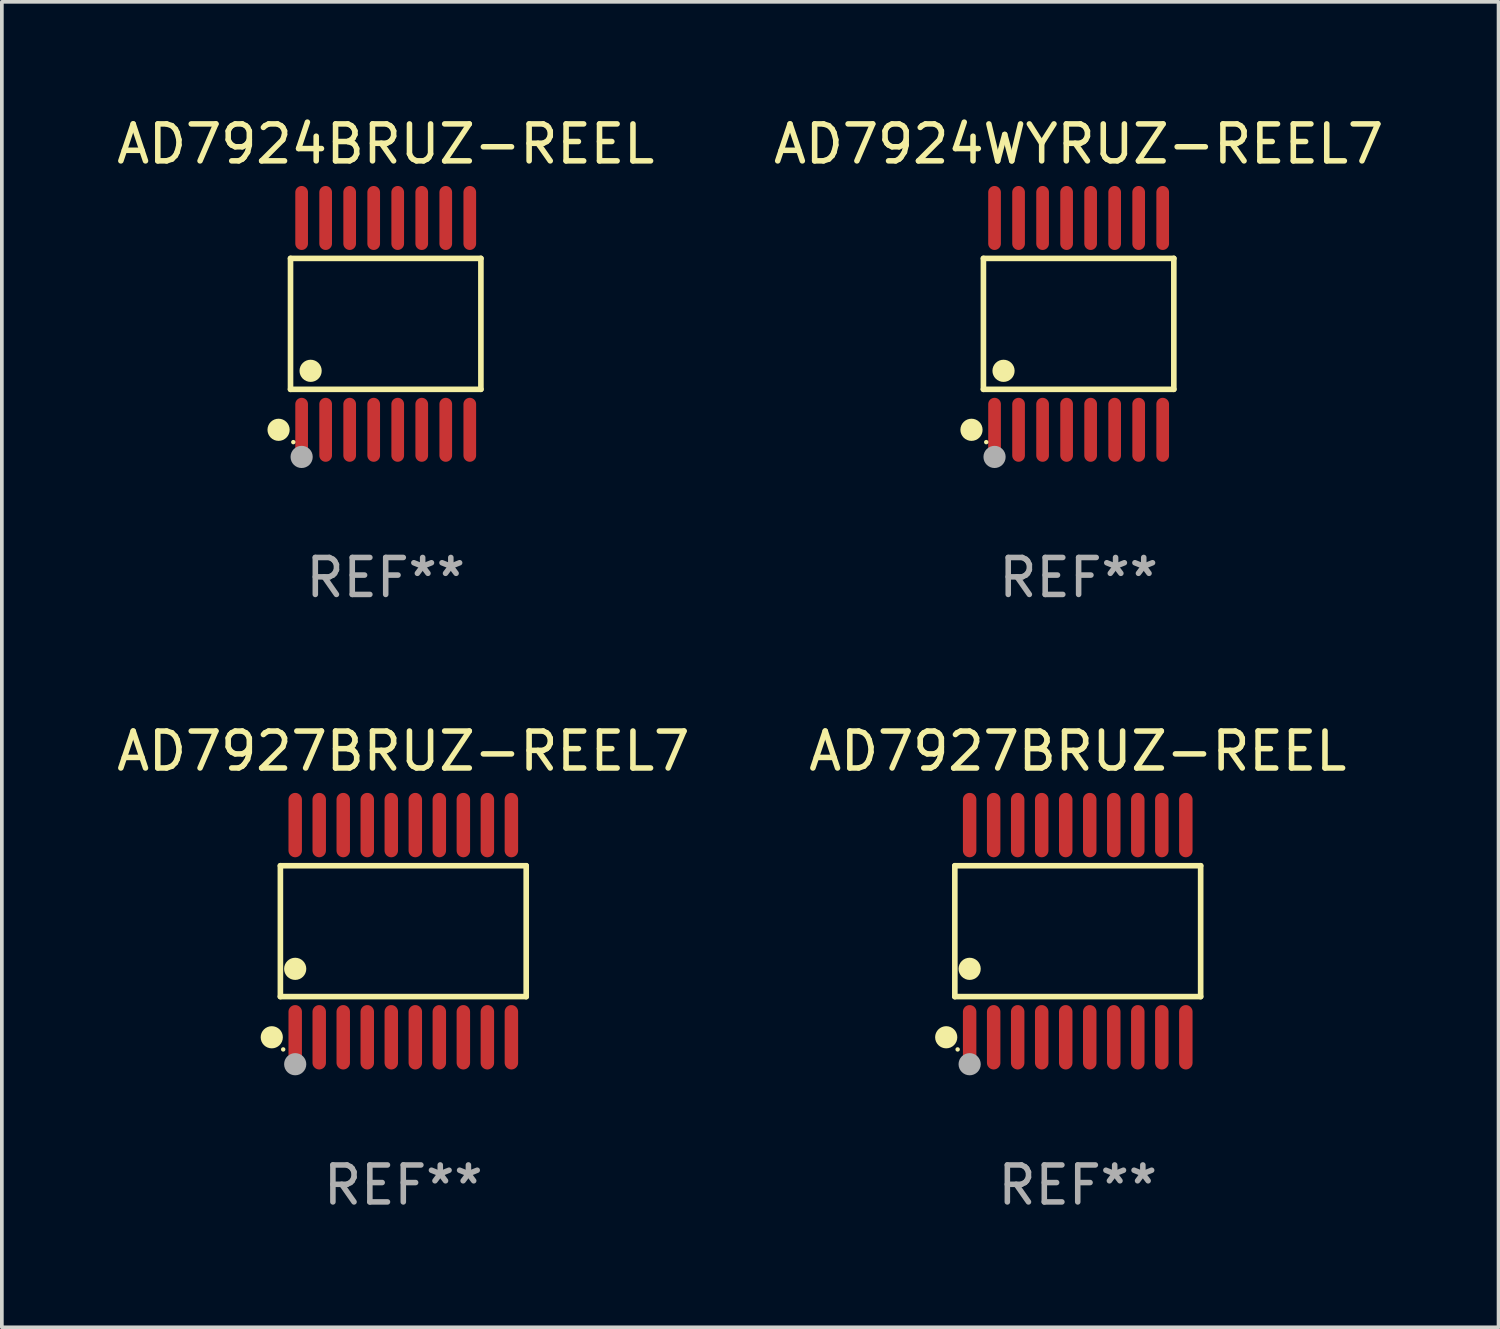
<source format=kicad_pcb>
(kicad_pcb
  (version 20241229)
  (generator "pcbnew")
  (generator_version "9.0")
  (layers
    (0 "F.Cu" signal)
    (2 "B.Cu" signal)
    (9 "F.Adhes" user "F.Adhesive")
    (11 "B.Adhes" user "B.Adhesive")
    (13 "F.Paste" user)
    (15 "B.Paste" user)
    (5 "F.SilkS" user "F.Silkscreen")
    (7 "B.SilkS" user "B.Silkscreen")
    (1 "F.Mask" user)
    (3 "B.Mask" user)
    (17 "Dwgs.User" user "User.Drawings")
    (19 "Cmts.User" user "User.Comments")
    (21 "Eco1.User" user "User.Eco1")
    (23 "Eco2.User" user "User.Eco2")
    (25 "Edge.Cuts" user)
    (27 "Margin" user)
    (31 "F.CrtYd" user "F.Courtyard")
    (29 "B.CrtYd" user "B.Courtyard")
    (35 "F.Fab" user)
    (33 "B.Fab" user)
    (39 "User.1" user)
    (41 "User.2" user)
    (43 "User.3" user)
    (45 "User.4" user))
  (footprint "AD7924WYRUZ-REEL7"
    (layer "F.Cu")
    (at 26.137 5.714)
    (property "Reference" "AD7924WYRUZ-REEL7" (at 0 -4.866 0) (layer "F.SilkS") (effects (font (size 1 1) (thickness 0.15))))
    (attr through_hole)
    (fp_line (start -2.576 -1.772) (end 2.576 -1.772) (stroke (width 0.152) (type solid)) (layer "F.SilkS"))
    (fp_line (start -2.576 1.771) (end -2.576 -1.772) (stroke (width 0.152) (type solid)) (layer "F.SilkS"))
    (fp_line (start 2.576 -1.772) (end 2.576 1.771) (stroke (width 0.152) (type solid)) (layer "F.SilkS"))
    (fp_line (start 2.576 1.771) (end -2.576 1.771) (stroke (width 0.152) (type solid)) (layer "F.SilkS"))
    (fp_circle (center -2.899 2.866) (end -2.749 2.866) (stroke (width 0.3) (type solid)) (fill no) (layer "F.SilkS"))
    (fp_circle (center -2.5 3.2) (end -2.47 3.2) (stroke (width 0.06) (type solid)) (fill no) (layer "F.SilkS"))
    (fp_circle (center -2.032 1.27) (end -1.882 1.27) (stroke (width 0.3) (type solid)) (fill no) (layer "F.SilkS"))
    (fp_circle (center -2.275 3.6) (end -2.125 3.6) (stroke (width 0.3) (type solid)) (fill no) (layer "F.Fab"))
    (fp_text user "REF**" (at 0 6.866 0) (layer "F.Fab") (effects (font (size 1 1) (thickness 0.15))))
    (pad "1" smd oval (at -2.275 2.866) (size 0.343 1.731) (layers "F.Cu" "F.Mask" "F.Paste"))
    (pad "2" smd oval (at -1.625 2.866) (size 0.343 1.731) (layers "F.Cu" "F.Mask" "F.Paste"))
    (pad "3" smd oval (at -0.975 2.866) (size 0.343 1.731) (layers "F.Cu" "F.Mask" "F.Paste"))
    (pad "4" smd oval (at -0.325 2.866) (size 0.343 1.731) (layers "F.Cu" "F.Mask" "F.Paste"))
    (pad "5" smd oval (at 0.325 2.866) (size 0.343 1.731) (layers "F.Cu" "F.Mask" "F.Paste"))
    (pad "6" smd oval (at 0.975 2.866) (size 0.343 1.731) (layers "F.Cu" "F.Mask" "F.Paste"))
    (pad "7" smd oval (at 1.625 2.866) (size 0.343 1.731) (layers "F.Cu" "F.Mask" "F.Paste"))
    (pad "8" smd oval (at 2.275 2.866) (size 0.343 1.731) (layers "F.Cu" "F.Mask" "F.Paste"))
    (pad "9" smd oval (at 2.275 -2.866) (size 0.343 1.731) (layers "F.Cu" "F.Mask" "F.Paste"))
    (pad "10" smd oval (at 1.625 -2.866) (size 0.343 1.731) (layers "F.Cu" "F.Mask" "F.Paste"))
    (pad "11" smd oval (at 0.975 -2.866) (size 0.343 1.731) (layers "F.Cu" "F.Mask" "F.Paste"))
    (pad "12" smd oval (at 0.325 -2.866) (size 0.343 1.731) (layers "F.Cu" "F.Mask" "F.Paste"))
    (pad "13" smd oval (at -0.325 -2.866) (size 0.343 1.731) (layers "F.Cu" "F.Mask" "F.Paste"))
    (pad "14" smd oval (at -0.975 -2.866) (size 0.343 1.731) (layers "F.Cu" "F.Mask" "F.Paste"))
    (pad "15" smd oval (at -1.625 -2.866) (size 0.343 1.731) (layers "F.Cu" "F.Mask" "F.Paste"))
    (pad "16" smd oval (at -2.275 -2.866) (size 0.343 1.731) (layers "F.Cu" "F.Mask" "F.Paste")))
  (footprint "AD7927BRUZ-REEL7"
    (layer "F.Cu")
    (at 7.863 22.147)
    (property "Reference" "AD7927BRUZ-REEL7" (at 0 -4.871 0) (layer "F.SilkS") (effects (font (size 1 1) (thickness 0.15))))
    (attr through_hole)
    (fp_line (start -3.326 -1.771) (end 3.326 -1.771) (stroke (width 0.152) (type solid)) (layer "F.SilkS"))
    (fp_line (start -3.326 1.771) (end -3.326 -1.771) (stroke (width 0.152) (type solid)) (layer "F.SilkS"))
    (fp_line (start 3.326 -1.771) (end 3.326 1.771) (stroke (width 0.152) (type solid)) (layer "F.SilkS"))
    (fp_line (start 3.326 1.771) (end -3.326 1.771) (stroke (width 0.152) (type solid)) (layer "F.SilkS"))
    (fp_circle (center -3.559 2.871) (end -3.409 2.871) (stroke (width 0.3) (type solid)) (fill no) (layer "F.SilkS"))
    (fp_circle (center -3.25 3.2) (end -3.22 3.2) (stroke (width 0.06) (type solid)) (fill no) (layer "F.SilkS"))
    (fp_circle (center -2.925 1.019) (end -2.775 1.019) (stroke (width 0.3) (type solid)) (fill no) (layer "F.SilkS"))
    (fp_circle (center -2.925 3.6) (end -2.775 3.6) (stroke (width 0.3) (type solid)) (fill no) (layer "F.Fab"))
    (fp_text user "REF**" (at 0 6.871 0) (layer "F.Fab") (effects (font (size 1 1) (thickness 0.15))))
    (pad "1" smd oval (at -2.925 2.871) (size 0.364 1.742) (layers "F.Cu" "F.Mask" "F.Paste"))
    (pad "2" smd oval (at -2.275 2.871) (size 0.364 1.742) (layers "F.Cu" "F.Mask" "F.Paste"))
    (pad "3" smd oval (at -1.625 2.871) (size 0.364 1.742) (layers "F.Cu" "F.Mask" "F.Paste"))
    (pad "4" smd oval (at -0.975 2.871) (size 0.364 1.742) (layers "F.Cu" "F.Mask" "F.Paste"))
    (pad "5" smd oval (at -0.325 2.871) (size 0.364 1.742) (layers "F.Cu" "F.Mask" "F.Paste"))
    (pad "6" smd oval (at 0.325 2.871) (size 0.364 1.742) (layers "F.Cu" "F.Mask" "F.Paste"))
    (pad "7" smd oval (at 0.975 2.871) (size 0.364 1.742) (layers "F.Cu" "F.Mask" "F.Paste"))
    (pad "8" smd oval (at 1.625 2.871) (size 0.364 1.742) (layers "F.Cu" "F.Mask" "F.Paste"))
    (pad "9" smd oval (at 2.275 2.871) (size 0.364 1.742) (layers "F.Cu" "F.Mask" "F.Paste"))
    (pad "10" smd oval (at 2.925 2.871) (size 0.364 1.742) (layers "F.Cu" "F.Mask" "F.Paste"))
    (pad "11" smd oval (at 2.925 -2.871) (size 0.364 1.742) (layers "F.Cu" "F.Mask" "F.Paste"))
    (pad "12" smd oval (at 2.275 -2.871) (size 0.364 1.742) (layers "F.Cu" "F.Mask" "F.Paste"))
    (pad "13" smd oval (at 1.625 -2.871) (size 0.364 1.742) (layers "F.Cu" "F.Mask" "F.Paste"))
    (pad "14" smd oval (at 0.975 -2.871) (size 0.364 1.742) (layers "F.Cu" "F.Mask" "F.Paste"))
    (pad "15" smd oval (at 0.325 -2.871) (size 0.364 1.742) (layers "F.Cu" "F.Mask" "F.Paste"))
    (pad "16" smd oval (at -0.325 -2.871) (size 0.364 1.742) (layers "F.Cu" "F.Mask" "F.Paste"))
    (pad "17" smd oval (at -0.975 -2.871) (size 0.364 1.742) (layers "F.Cu" "F.Mask" "F.Paste"))
    (pad "18" smd oval (at -1.625 -2.871) (size 0.364 1.742) (layers "F.Cu" "F.Mask" "F.Paste"))
    (pad "19" smd oval (at -2.275 -2.871) (size 0.364 1.742) (layers "F.Cu" "F.Mask" "F.Paste"))
    (pad "20" smd oval (at -2.925 -2.871) (size 0.364 1.742) (layers "F.Cu" "F.Mask" "F.Paste")))
  (footprint "AD7924BRUZ-REEL"
    (layer "F.Cu")
    (at 7.387 5.714)
    (property "Reference" "AD7924BRUZ-REEL" (at 0 -4.866 0) (layer "F.SilkS") (effects (font (size 1 1) (thickness 0.15))))
    (attr through_hole)
    (fp_line (start -2.576 -1.772) (end 2.576 -1.772) (stroke (width 0.152) (type solid)) (layer "F.SilkS"))
    (fp_line (start -2.576 1.771) (end -2.576 -1.772) (stroke (width 0.152) (type solid)) (layer "F.SilkS"))
    (fp_line (start 2.576 -1.772) (end 2.576 1.771) (stroke (width 0.152) (type solid)) (layer "F.SilkS"))
    (fp_line (start 2.576 1.771) (end -2.576 1.771) (stroke (width 0.152) (type solid)) (layer "F.SilkS"))
    (fp_circle (center -2.899 2.866) (end -2.749 2.866) (stroke (width 0.3) (type solid)) (fill no) (layer "F.SilkS"))
    (fp_circle (center -2.5 3.2) (end -2.47 3.2) (stroke (width 0.06) (type solid)) (fill no) (layer "F.SilkS"))
    (fp_circle (center -2.032 1.27) (end -1.882 1.27) (stroke (width 0.3) (type solid)) (fill no) (layer "F.SilkS"))
    (fp_circle (center -2.275 3.6) (end -2.125 3.6) (stroke (width 0.3) (type solid)) (fill no) (layer "F.Fab"))
    (fp_text user "REF**" (at 0 6.866 0) (layer "F.Fab") (effects (font (size 1 1) (thickness 0.15))))
    (pad "1" smd oval (at -2.275 2.866) (size 0.343 1.731) (layers "F.Cu" "F.Mask" "F.Paste"))
    (pad "2" smd oval (at -1.625 2.866) (size 0.343 1.731) (layers "F.Cu" "F.Mask" "F.Paste"))
    (pad "3" smd oval (at -0.975 2.866) (size 0.343 1.731) (layers "F.Cu" "F.Mask" "F.Paste"))
    (pad "4" smd oval (at -0.325 2.866) (size 0.343 1.731) (layers "F.Cu" "F.Mask" "F.Paste"))
    (pad "5" smd oval (at 0.325 2.866) (size 0.343 1.731) (layers "F.Cu" "F.Mask" "F.Paste"))
    (pad "6" smd oval (at 0.975 2.866) (size 0.343 1.731) (layers "F.Cu" "F.Mask" "F.Paste"))
    (pad "7" smd oval (at 1.625 2.866) (size 0.343 1.731) (layers "F.Cu" "F.Mask" "F.Paste"))
    (pad "8" smd oval (at 2.275 2.866) (size 0.343 1.731) (layers "F.Cu" "F.Mask" "F.Paste"))
    (pad "9" smd oval (at 2.275 -2.866) (size 0.343 1.731) (layers "F.Cu" "F.Mask" "F.Paste"))
    (pad "10" smd oval (at 1.625 -2.866) (size 0.343 1.731) (layers "F.Cu" "F.Mask" "F.Paste"))
    (pad "11" smd oval (at 0.975 -2.866) (size 0.343 1.731) (layers "F.Cu" "F.Mask" "F.Paste"))
    (pad "12" smd oval (at 0.325 -2.866) (size 0.343 1.731) (layers "F.Cu" "F.Mask" "F.Paste"))
    (pad "13" smd oval (at -0.325 -2.866) (size 0.343 1.731) (layers "F.Cu" "F.Mask" "F.Paste"))
    (pad "14" smd oval (at -0.975 -2.866) (size 0.343 1.731) (layers "F.Cu" "F.Mask" "F.Paste"))
    (pad "15" smd oval (at -1.625 -2.866) (size 0.343 1.731) (layers "F.Cu" "F.Mask" "F.Paste"))
    (pad "16" smd oval (at -2.275 -2.866) (size 0.343 1.731) (layers "F.Cu" "F.Mask" "F.Paste")))
  (footprint "AD7927BRUZ-REEL"
    (layer "F.Cu")
    (at 26.113 22.147)
    (property "Reference" "AD7927BRUZ-REEL" (at 0 -4.871 0) (layer "F.SilkS") (effects (font (size 1 1) (thickness 0.15))))
    (attr through_hole)
    (fp_line (start -3.326 -1.771) (end 3.326 -1.771) (stroke (width 0.152) (type solid)) (layer "F.SilkS"))
    (fp_line (start -3.326 1.771) (end -3.326 -1.771) (stroke (width 0.152) (type solid)) (layer "F.SilkS"))
    (fp_line (start 3.326 -1.771) (end 3.326 1.771) (stroke (width 0.152) (type solid)) (layer "F.SilkS"))
    (fp_line (start 3.326 1.771) (end -3.326 1.771) (stroke (width 0.152) (type solid)) (layer "F.SilkS"))
    (fp_circle (center -3.559 2.871) (end -3.409 2.871) (stroke (width 0.3) (type solid)) (fill no) (layer "F.SilkS"))
    (fp_circle (center -3.25 3.2) (end -3.22 3.2) (stroke (width 0.06) (type solid)) (fill no) (layer "F.SilkS"))
    (fp_circle (center -2.925 1.019) (end -2.775 1.019) (stroke (width 0.3) (type solid)) (fill no) (layer "F.SilkS"))
    (fp_circle (center -2.925 3.6) (end -2.775 3.6) (stroke (width 0.3) (type solid)) (fill no) (layer "F.Fab"))
    (fp_text user "REF**" (at 0 6.871 0) (layer "F.Fab") (effects (font (size 1 1) (thickness 0.15))))
    (pad "1" smd oval (at -2.925 2.871) (size 0.364 1.742) (layers "F.Cu" "F.Mask" "F.Paste"))
    (pad "2" smd oval (at -2.275 2.871) (size 0.364 1.742) (layers "F.Cu" "F.Mask" "F.Paste"))
    (pad "3" smd oval (at -1.625 2.871) (size 0.364 1.742) (layers "F.Cu" "F.Mask" "F.Paste"))
    (pad "4" smd oval (at -0.975 2.871) (size 0.364 1.742) (layers "F.Cu" "F.Mask" "F.Paste"))
    (pad "5" smd oval (at -0.325 2.871) (size 0.364 1.742) (layers "F.Cu" "F.Mask" "F.Paste"))
    (pad "6" smd oval (at 0.325 2.871) (size 0.364 1.742) (layers "F.Cu" "F.Mask" "F.Paste"))
    (pad "7" smd oval (at 0.975 2.871) (size 0.364 1.742) (layers "F.Cu" "F.Mask" "F.Paste"))
    (pad "8" smd oval (at 1.625 2.871) (size 0.364 1.742) (layers "F.Cu" "F.Mask" "F.Paste"))
    (pad "9" smd oval (at 2.275 2.871) (size 0.364 1.742) (layers "F.Cu" "F.Mask" "F.Paste"))
    (pad "10" smd oval (at 2.925 2.871) (size 0.364 1.742) (layers "F.Cu" "F.Mask" "F.Paste"))
    (pad "11" smd oval (at 2.925 -2.871) (size 0.364 1.742) (layers "F.Cu" "F.Mask" "F.Paste"))
    (pad "12" smd oval (at 2.275 -2.871) (size 0.364 1.742) (layers "F.Cu" "F.Mask" "F.Paste"))
    (pad "13" smd oval (at 1.625 -2.871) (size 0.364 1.742) (layers "F.Cu" "F.Mask" "F.Paste"))
    (pad "14" smd oval (at 0.975 -2.871) (size 0.364 1.742) (layers "F.Cu" "F.Mask" "F.Paste"))
    (pad "15" smd oval (at 0.325 -2.871) (size 0.364 1.742) (layers "F.Cu" "F.Mask" "F.Paste"))
    (pad "16" smd oval (at -0.325 -2.871) (size 0.364 1.742) (layers "F.Cu" "F.Mask" "F.Paste"))
    (pad "17" smd oval (at -0.975 -2.871) (size 0.364 1.742) (layers "F.Cu" "F.Mask" "F.Paste"))
    (pad "18" smd oval (at -1.625 -2.871) (size 0.364 1.742) (layers "F.Cu" "F.Mask" "F.Paste"))
    (pad "19" smd oval (at -2.275 -2.871) (size 0.364 1.742) (layers "F.Cu" "F.Mask" "F.Paste"))
    (pad "20" smd oval (at -2.925 -2.871) (size 0.364 1.742) (layers "F.Cu" "F.Mask" "F.Paste")))
  (gr_rect
    (start -3 -3)
    (end 37.5 32.866)
    (stroke (width 0.1) (type default))
    (fill no)
    (layer "Edge.Cuts")))
</source>
